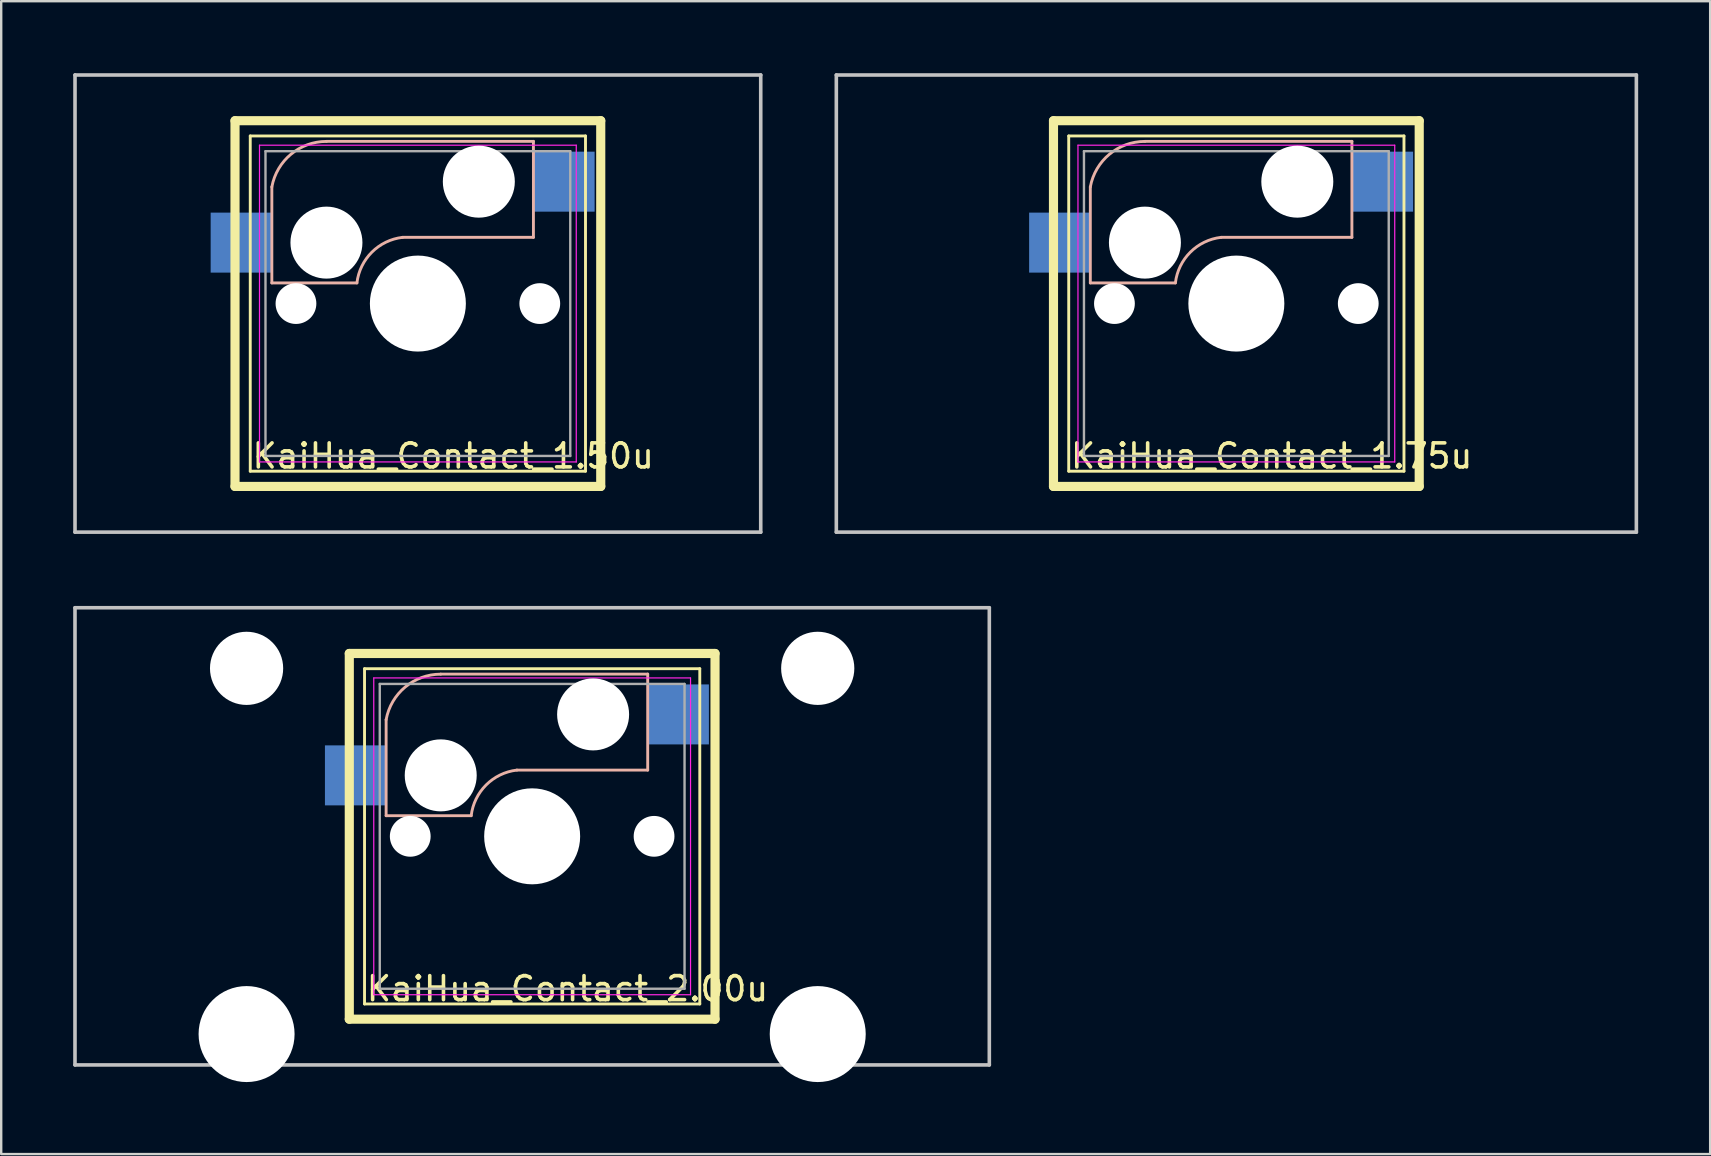
<source format=kicad_pcb>
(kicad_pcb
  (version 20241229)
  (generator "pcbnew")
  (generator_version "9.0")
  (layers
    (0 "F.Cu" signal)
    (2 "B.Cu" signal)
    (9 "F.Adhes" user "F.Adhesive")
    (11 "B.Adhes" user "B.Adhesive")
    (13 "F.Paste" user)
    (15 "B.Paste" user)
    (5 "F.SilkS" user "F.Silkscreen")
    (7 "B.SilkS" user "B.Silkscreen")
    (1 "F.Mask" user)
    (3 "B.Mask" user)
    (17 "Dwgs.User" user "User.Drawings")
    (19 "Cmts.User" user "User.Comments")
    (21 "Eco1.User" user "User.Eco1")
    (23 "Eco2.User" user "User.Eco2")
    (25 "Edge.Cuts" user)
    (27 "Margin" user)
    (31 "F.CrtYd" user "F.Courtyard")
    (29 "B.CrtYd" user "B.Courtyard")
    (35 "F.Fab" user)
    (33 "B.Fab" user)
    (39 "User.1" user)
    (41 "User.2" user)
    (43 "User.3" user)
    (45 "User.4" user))
  (footprint "KaiHua_Contact_1.50u"
    (layer "F.Cu")
    (at 14.363 9.6)
    (property "Reference" "KaiHua_Contact_1.50u" (at -6.985 6.35 0) (unlocked yes) (layer "F.SilkS") (effects (font (size 1 1) (thickness 0.15)) (justify left)))
    (attr smd)
    (fp_line (start -7.62 -7.62) (end -7.62 7.62) (stroke (width 0.381) (type solid)) (layer "F.SilkS"))
    (fp_line (start -7.62 7.62) (end 7.62 7.62) (stroke (width 0.381) (type solid)) (layer "F.SilkS"))
    (fp_line (start -6.985 -6.985) (end 6.985 -6.985) (stroke (width 0.12) (type solid)) (layer "F.SilkS"))
    (fp_line (start -6.985 6.985) (end -6.985 -6.985) (stroke (width 0.12) (type solid)) (layer "F.SilkS"))
    (fp_line (start 6.985 -6.985) (end 6.985 6.985) (stroke (width 0.12) (type solid)) (layer "F.SilkS"))
    (fp_line (start 6.985 6.985) (end -6.985 6.985) (stroke (width 0.12) (type solid)) (layer "F.SilkS"))
    (fp_line (start 7.62 -7.62) (end -7.62 -7.62) (stroke (width 0.381) (type solid)) (layer "F.SilkS"))
    (fp_line (start 7.62 7.62) (end 7.62 -7.62) (stroke (width 0.381) (type solid)) (layer "F.SilkS"))
    (fp_line (start -6.085 -0.86) (end -6.085 -4.86) (stroke (width 0.12) (type solid)) (layer "B.SilkS"))
    (fp_line (start -6.085 -0.86) (end -2.54 -0.86) (stroke (width 0.12) (type solid)) (layer "B.SilkS"))
    (fp_line (start 4.815 -6.76) (end -3.81 -6.76) (stroke (width 0.12) (type solid)) (layer "B.SilkS"))
    (fp_line (start 4.815 -6.76) (end 4.815 -2.76) (stroke (width 0.12) (type solid)) (layer "B.SilkS"))
    (fp_line (start 4.815 -2.76) (end -0.635 -2.76) (stroke (width 0.12) (type solid)) (layer "B.SilkS"))
    (fp_arc (start -6.084999 -4.86) (mid -5.29124 -6.220888) (end -3.81 -6.757541) (stroke (width 0.12) (type solid)) (layer "B.SilkS"))
    (fp_arc (start -2.54 -0.86) (mid -1.917761 -2.14113) (end -0.635 -2.76) (stroke (width 0.12) (type solid)) (layer "B.SilkS"))
    (fp_line (start -14.287 -9.525) (end 14.287 -9.525) (stroke (width 0.15) (type solid)) (layer "Dwgs.User"))
    (fp_line (start -14.287 9.525) (end -14.287 -9.525) (stroke (width 0.15) (type solid)) (layer "Dwgs.User"))
    (fp_line (start 14.287 -9.525) (end 14.287 9.525) (stroke (width 0.15) (type solid)) (layer "Dwgs.User"))
    (fp_line (start 14.287 9.525) (end -14.287 9.525) (stroke (width 0.15) (type solid)) (layer "Dwgs.User"))
    (fp_line (start -6.6 -6.6) (end 6.6 -6.6) (stroke (width 0.05) (type solid)) (layer "F.CrtYd"))
    (fp_line (start -6.6 6.6) (end -6.6 -6.6) (stroke (width 0.05) (type solid)) (layer "F.CrtYd"))
    (fp_line (start 6.6 -6.6) (end 6.6 6.6) (stroke (width 0.05) (type solid)) (layer "F.CrtYd"))
    (fp_line (start 6.6 6.6) (end -6.6 6.6) (stroke (width 0.05) (type solid)) (layer "F.CrtYd"))
    (fp_line (start -6.35 -6.35) (end 6.35 -6.35) (stroke (width 0.1) (type solid)) (layer "F.Fab"))
    (fp_line (start -6.35 6.35) (end -6.35 -6.35) (stroke (width 0.1) (type solid)) (layer "F.Fab"))
    (fp_line (start 6.35 -6.35) (end 6.35 6.35) (stroke (width 0.1) (type solid)) (layer "F.Fab"))
    (fp_line (start 6.35 6.35) (end -6.35 6.35) (stroke (width 0.1) (type solid)) (layer "F.Fab"))
    (pad "" np_thru_hole circle (at -5.08 0 180) (size 1.699 1.699) (drill 1.699) (layers "*.Cu" "*.Mask"))
    (pad "" np_thru_hole circle (at -3.81 -2.54 180) (size 3 3) (drill 3) (layers "*.Cu" "*.Mask"))
    (pad "" np_thru_hole circle (at 0 0) (size 4 4) (drill 4) (layers "*.Cu" "*.Mask"))
    (pad "" np_thru_hole circle (at 2.54 -5.08) (size 3 3) (drill 3) (layers "*.Cu" "*.Mask"))
    (pad "" np_thru_hole circle (at 5.08 0 180) (size 1.699 1.699) (drill 1.699) (layers "*.Cu" "*.Mask"))
    (pad "1" smd rect (at 6.09 -5.08) (size 2.55 2.5) (layers "B.Cu" "B.Mask" "B.Paste"))
    (pad "2" smd rect (at -7.36 -2.54 180) (size 2.55 2.5) (layers "B.Cu" "B.Mask" "B.Paste")))
  (footprint "KaiHua_Contact_1.75u"
    (layer "F.Cu")
    (at 48.469 9.6)
    (property "Reference" "KaiHua_Contact_1.75u" (at -6.985 6.35 0) (unlocked yes) (layer "F.SilkS") (effects (font (size 1 1) (thickness 0.15)) (justify left)))
    (attr smd)
    (fp_line (start -7.62 -7.62) (end -7.62 7.62) (stroke (width 0.381) (type solid)) (layer "F.SilkS"))
    (fp_line (start -7.62 7.62) (end 7.62 7.62) (stroke (width 0.381) (type solid)) (layer "F.SilkS"))
    (fp_line (start -6.985 -6.985) (end 6.985 -6.985) (stroke (width 0.12) (type solid)) (layer "F.SilkS"))
    (fp_line (start -6.985 6.985) (end -6.985 -6.985) (stroke (width 0.12) (type solid)) (layer "F.SilkS"))
    (fp_line (start 6.985 -6.985) (end 6.985 6.985) (stroke (width 0.12) (type solid)) (layer "F.SilkS"))
    (fp_line (start 6.985 6.985) (end -6.985 6.985) (stroke (width 0.12) (type solid)) (layer "F.SilkS"))
    (fp_line (start 7.62 -7.62) (end -7.62 -7.62) (stroke (width 0.381) (type solid)) (layer "F.SilkS"))
    (fp_line (start 7.62 7.62) (end 7.62 -7.62) (stroke (width 0.381) (type solid)) (layer "F.SilkS"))
    (fp_line (start -6.085 -0.86) (end -6.085 -4.86) (stroke (width 0.12) (type solid)) (layer "B.SilkS"))
    (fp_line (start -6.085 -0.86) (end -2.54 -0.86) (stroke (width 0.12) (type solid)) (layer "B.SilkS"))
    (fp_line (start 4.815 -6.76) (end -3.81 -6.76) (stroke (width 0.12) (type solid)) (layer "B.SilkS"))
    (fp_line (start 4.815 -6.76) (end 4.815 -2.76) (stroke (width 0.12) (type solid)) (layer "B.SilkS"))
    (fp_line (start 4.815 -2.76) (end -0.635 -2.76) (stroke (width 0.12) (type solid)) (layer "B.SilkS"))
    (fp_arc (start -6.084999 -4.86) (mid -5.29124 -6.220888) (end -3.81 -6.757541) (stroke (width 0.12) (type solid)) (layer "B.SilkS"))
    (fp_arc (start -2.54 -0.86) (mid -1.917761 -2.14113) (end -0.635 -2.76) (stroke (width 0.12) (type solid)) (layer "B.SilkS"))
    (fp_line (start -16.669 -9.525) (end 16.669 -9.525) (stroke (width 0.15) (type solid)) (layer "Dwgs.User"))
    (fp_line (start -16.669 9.525) (end -16.669 -9.525) (stroke (width 0.15) (type solid)) (layer "Dwgs.User"))
    (fp_line (start 16.669 -9.525) (end 16.669 9.525) (stroke (width 0.15) (type solid)) (layer "Dwgs.User"))
    (fp_line (start 16.669 9.525) (end -16.669 9.525) (stroke (width 0.15) (type solid)) (layer "Dwgs.User"))
    (fp_line (start -6.6 -6.6) (end 6.6 -6.6) (stroke (width 0.05) (type solid)) (layer "F.CrtYd"))
    (fp_line (start -6.6 6.6) (end -6.6 -6.6) (stroke (width 0.05) (type solid)) (layer "F.CrtYd"))
    (fp_line (start 6.6 -6.6) (end 6.6 6.6) (stroke (width 0.05) (type solid)) (layer "F.CrtYd"))
    (fp_line (start 6.6 6.6) (end -6.6 6.6) (stroke (width 0.05) (type solid)) (layer "F.CrtYd"))
    (fp_line (start -6.35 -6.35) (end 6.35 -6.35) (stroke (width 0.1) (type solid)) (layer "F.Fab"))
    (fp_line (start -6.35 6.35) (end -6.35 -6.35) (stroke (width 0.1) (type solid)) (layer "F.Fab"))
    (fp_line (start 6.35 -6.35) (end 6.35 6.35) (stroke (width 0.1) (type solid)) (layer "F.Fab"))
    (fp_line (start 6.35 6.35) (end -6.35 6.35) (stroke (width 0.1) (type solid)) (layer "F.Fab"))
    (pad "" np_thru_hole circle (at -5.08 0 180) (size 1.699 1.699) (drill 1.699) (layers "*.Cu" "*.Mask"))
    (pad "" np_thru_hole circle (at -3.81 -2.54 180) (size 3 3) (drill 3) (layers "*.Cu" "*.Mask"))
    (pad "" np_thru_hole circle (at 0 0) (size 4 4) (drill 4) (layers "*.Cu" "*.Mask"))
    (pad "" np_thru_hole circle (at 2.54 -5.08) (size 3 3) (drill 3) (layers "*.Cu" "*.Mask"))
    (pad "" np_thru_hole circle (at 5.08 0 180) (size 1.699 1.699) (drill 1.699) (layers "*.Cu" "*.Mask"))
    (pad "1" smd rect (at 6.09 -5.08) (size 2.55 2.5) (layers "B.Cu" "B.Mask" "B.Paste"))
    (pad "2" smd rect (at -7.36 -2.54 180) (size 2.55 2.5) (layers "B.Cu" "B.Mask" "B.Paste")))
  (footprint "KaiHua_Contact_2.00u"
    (layer "F.Cu")
    (at 19.125 31.8)
    (property "Reference" "KaiHua_Contact_2.00u" (at -6.985 6.35 0) (unlocked yes) (layer "F.SilkS") (effects (font (size 1 1) (thickness 0.15)) (justify left)))
    (attr smd)
    (fp_line (start -7.62 -7.62) (end -7.62 7.62) (stroke (width 0.381) (type solid)) (layer "F.SilkS"))
    (fp_line (start -7.62 7.62) (end 7.62 7.62) (stroke (width 0.381) (type solid)) (layer "F.SilkS"))
    (fp_line (start -6.985 -6.985) (end 6.985 -6.985) (stroke (width 0.12) (type solid)) (layer "F.SilkS"))
    (fp_line (start -6.985 6.985) (end -6.985 -6.985) (stroke (width 0.12) (type solid)) (layer "F.SilkS"))
    (fp_line (start 6.985 -6.985) (end 6.985 6.985) (stroke (width 0.12) (type solid)) (layer "F.SilkS"))
    (fp_line (start 6.985 6.985) (end -6.985 6.985) (stroke (width 0.12) (type solid)) (layer "F.SilkS"))
    (fp_line (start 7.62 -7.62) (end -7.62 -7.62) (stroke (width 0.381) (type solid)) (layer "F.SilkS"))
    (fp_line (start 7.62 7.62) (end 7.62 -7.62) (stroke (width 0.381) (type solid)) (layer "F.SilkS"))
    (fp_line (start -6.085 -0.86) (end -6.085 -4.86) (stroke (width 0.12) (type solid)) (layer "B.SilkS"))
    (fp_line (start -6.085 -0.86) (end -2.54 -0.86) (stroke (width 0.12) (type solid)) (layer "B.SilkS"))
    (fp_line (start 4.815 -6.76) (end -3.81 -6.76) (stroke (width 0.12) (type solid)) (layer "B.SilkS"))
    (fp_line (start 4.815 -6.76) (end 4.815 -2.76) (stroke (width 0.12) (type solid)) (layer "B.SilkS"))
    (fp_line (start 4.815 -2.76) (end -0.635 -2.76) (stroke (width 0.12) (type solid)) (layer "B.SilkS"))
    (fp_arc (start -6.084999 -4.86) (mid -5.29124 -6.220888) (end -3.81 -6.757541) (stroke (width 0.12) (type solid)) (layer "B.SilkS"))
    (fp_arc (start -2.54 -0.86) (mid -1.917761 -2.14113) (end -0.635 -2.76) (stroke (width 0.12) (type solid)) (layer "B.SilkS"))
    (fp_line (start -19.05 -9.525) (end 19.05 -9.525) (stroke (width 0.15) (type solid)) (layer "Dwgs.User"))
    (fp_line (start -19.05 9.525) (end -19.05 -9.525) (stroke (width 0.15) (type solid)) (layer "Dwgs.User"))
    (fp_line (start 19.05 -9.525) (end 19.05 9.525) (stroke (width 0.15) (type solid)) (layer "Dwgs.User"))
    (fp_line (start 19.05 9.525) (end -19.05 9.525) (stroke (width 0.15) (type solid)) (layer "Dwgs.User"))
    (fp_line (start -6.6 -6.6) (end 6.6 -6.6) (stroke (width 0.05) (type solid)) (layer "F.CrtYd"))
    (fp_line (start -6.6 6.6) (end -6.6 -6.6) (stroke (width 0.05) (type solid)) (layer "F.CrtYd"))
    (fp_line (start 6.6 -6.6) (end 6.6 6.6) (stroke (width 0.05) (type solid)) (layer "F.CrtYd"))
    (fp_line (start 6.6 6.6) (end -6.6 6.6) (stroke (width 0.05) (type solid)) (layer "F.CrtYd"))
    (fp_line (start -6.35 -6.35) (end 6.35 -6.35) (stroke (width 0.1) (type solid)) (layer "F.Fab"))
    (fp_line (start -6.35 6.35) (end -6.35 -6.35) (stroke (width 0.1) (type solid)) (layer "F.Fab"))
    (fp_line (start 6.35 -6.35) (end 6.35 6.35) (stroke (width 0.1) (type solid)) (layer "F.Fab"))
    (fp_line (start 6.35 6.35) (end -6.35 6.35) (stroke (width 0.1) (type solid)) (layer "F.Fab"))
    (pad "" np_thru_hole circle (at -11.9 -7) (size 3.05 3.05) (drill 3.05) (layers "*.Cu" "*.Mask"))
    (pad "" np_thru_hole circle (at -11.9 8.24) (size 4 4) (drill 4) (layers "*.Cu" "*.Mask"))
    (pad "" np_thru_hole circle (at -5.08 0 180) (size 1.699 1.699) (drill 1.699) (layers "*.Cu" "*.Mask"))
    (pad "" np_thru_hole circle (at -3.81 -2.54 180) (size 3 3) (drill 3) (layers "*.Cu" "*.Mask"))
    (pad "" np_thru_hole circle (at 0 0) (size 4 4) (drill 4) (layers "*.Cu" "*.Mask"))
    (pad "" np_thru_hole circle (at 2.54 -5.08) (size 3 3) (drill 3) (layers "*.Cu" "*.Mask"))
    (pad "" np_thru_hole circle (at 5.08 0 180) (size 1.699 1.699) (drill 1.699) (layers "*.Cu" "*.Mask"))
    (pad "" np_thru_hole circle (at 11.9 -7) (size 3.05 3.05) (drill 3.05) (layers "*.Cu" "*.Mask"))
    (pad "" np_thru_hole circle (at 11.9 8.24) (size 4 4) (drill 4) (layers "*.Cu" "*.Mask"))
    (pad "1" smd rect (at 6.09 -5.08) (size 2.55 2.5) (layers "B.Cu" "B.Mask" "B.Paste"))
    (pad "2" smd rect (at -7.36 -2.54 180) (size 2.55 2.5) (layers "B.Cu" "B.Mask" "B.Paste")))
  (gr_rect
    (start -3 -3)
    (end 68.213 45.04)
    (stroke (width 0.1) (type default))
    (fill no)
    (layer "Edge.Cuts")))
</source>
